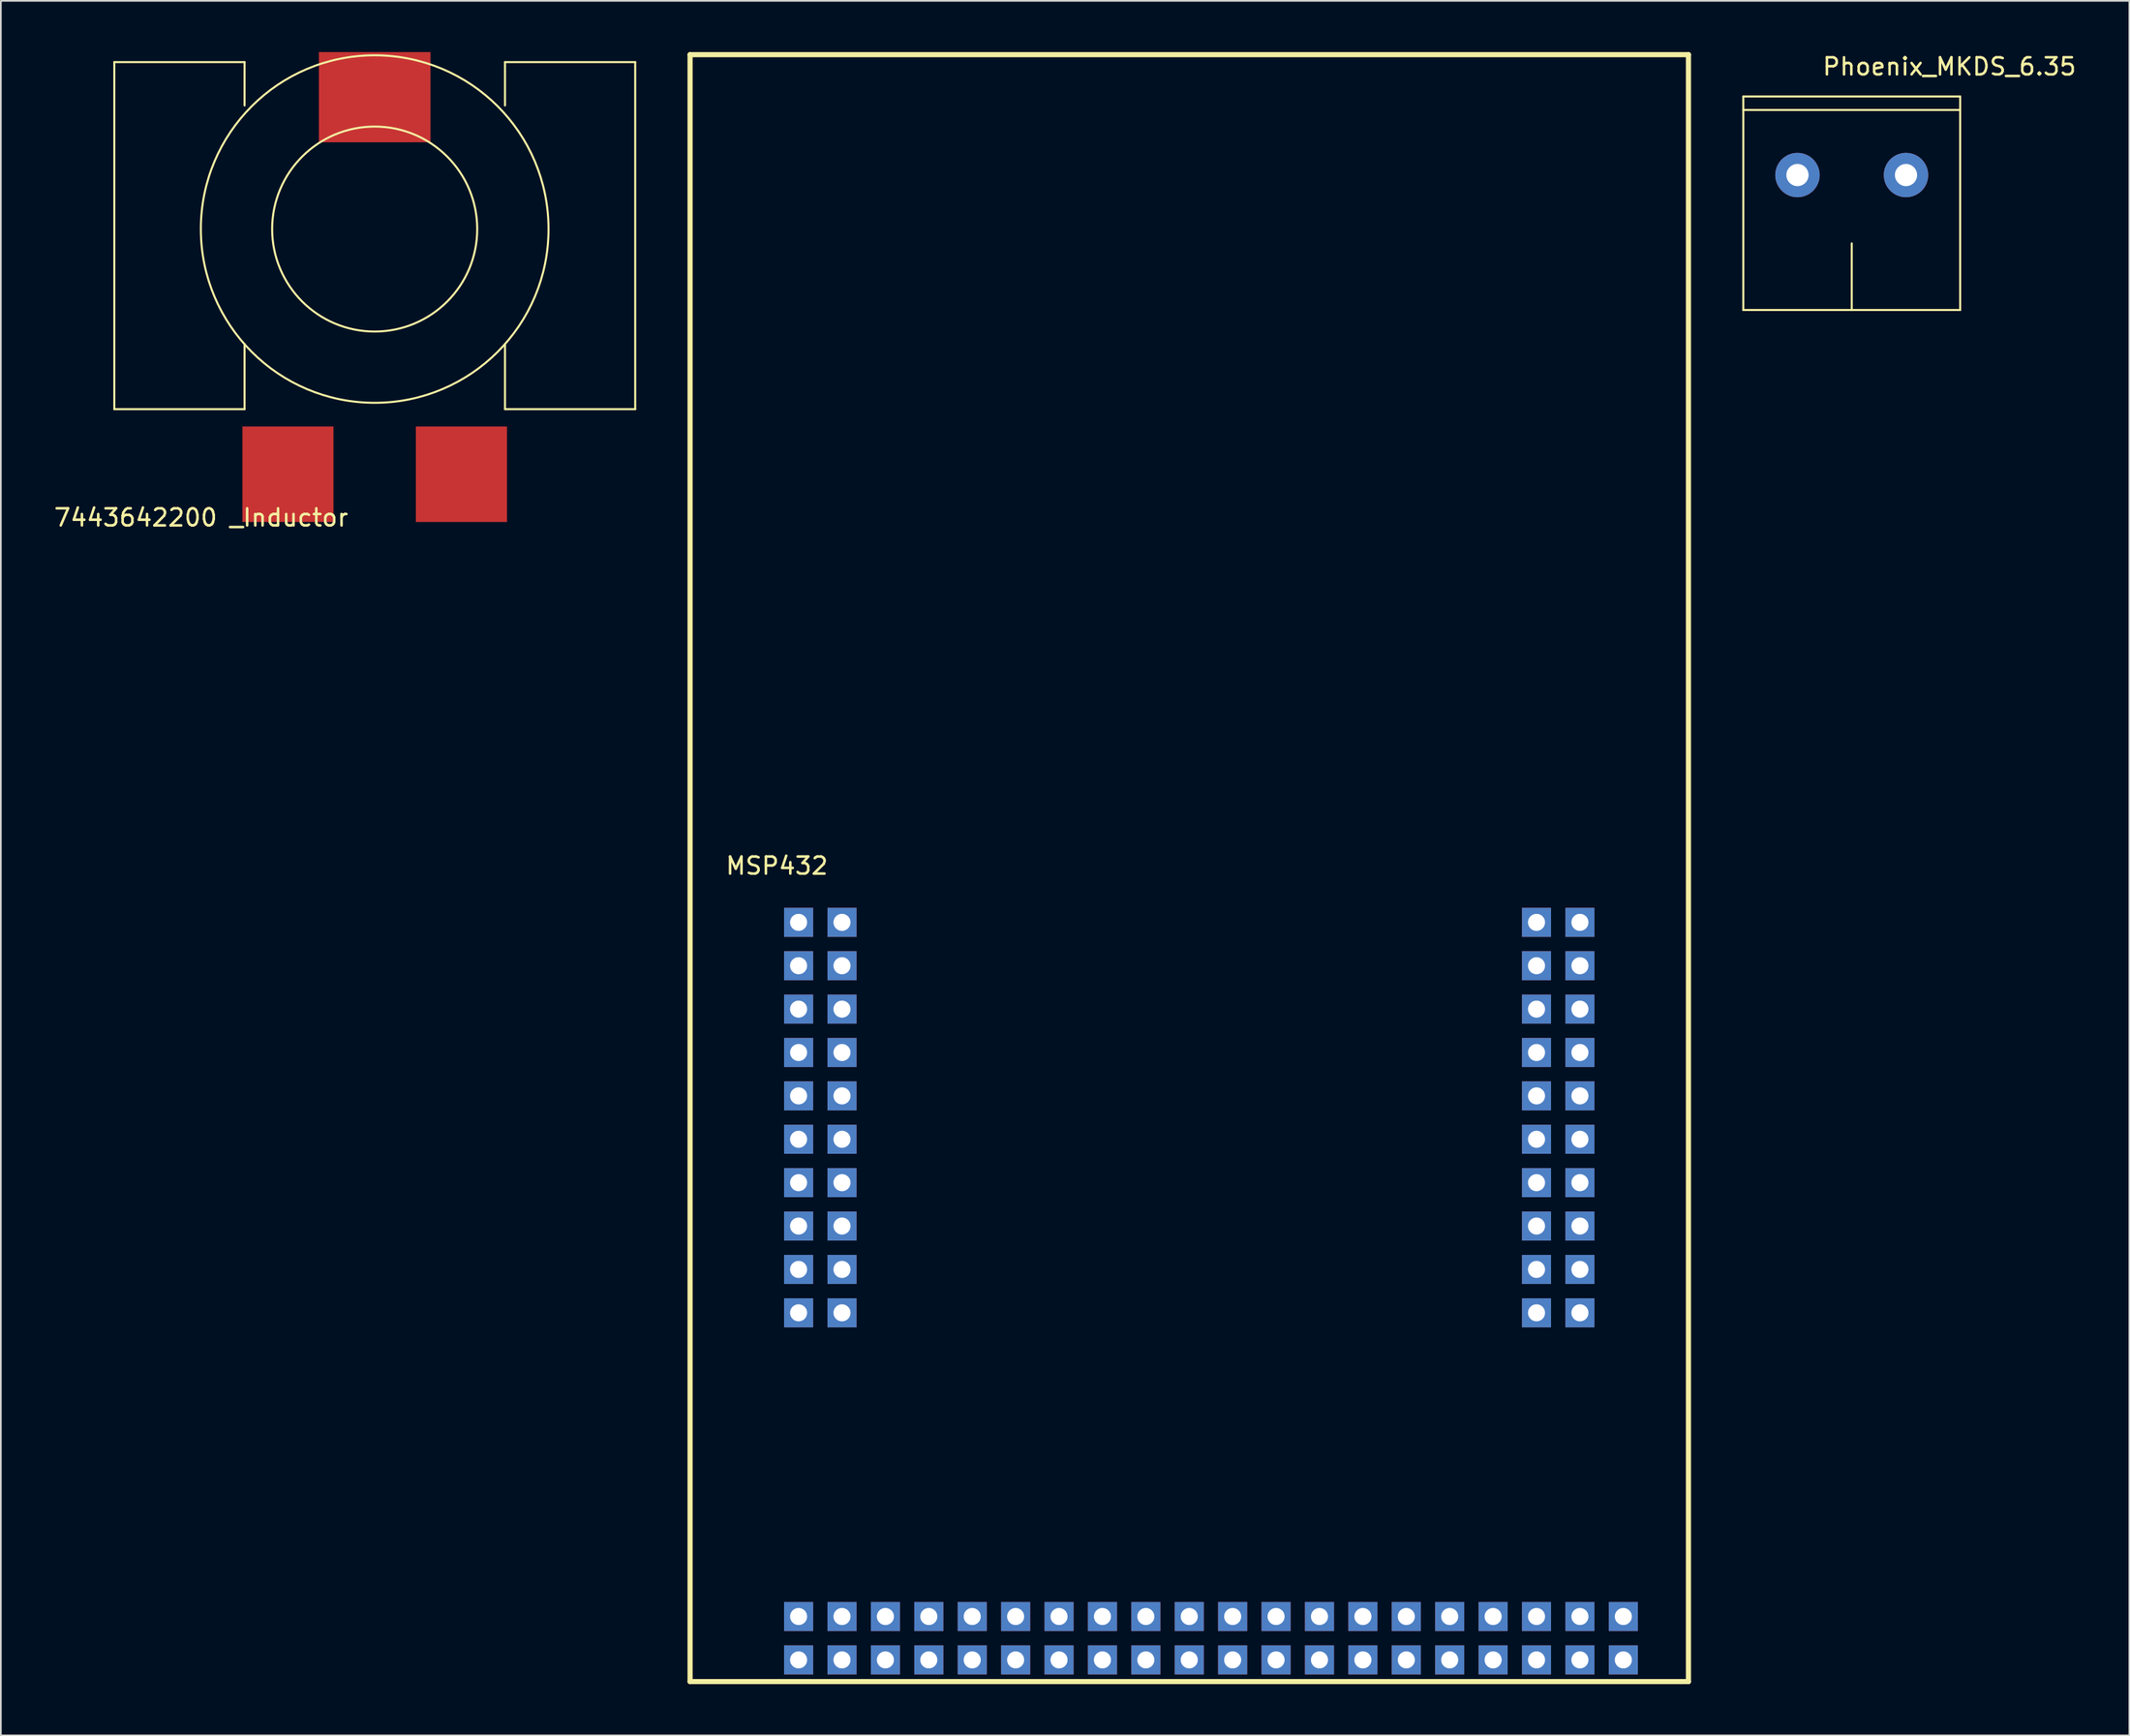
<source format=kicad_pcb>
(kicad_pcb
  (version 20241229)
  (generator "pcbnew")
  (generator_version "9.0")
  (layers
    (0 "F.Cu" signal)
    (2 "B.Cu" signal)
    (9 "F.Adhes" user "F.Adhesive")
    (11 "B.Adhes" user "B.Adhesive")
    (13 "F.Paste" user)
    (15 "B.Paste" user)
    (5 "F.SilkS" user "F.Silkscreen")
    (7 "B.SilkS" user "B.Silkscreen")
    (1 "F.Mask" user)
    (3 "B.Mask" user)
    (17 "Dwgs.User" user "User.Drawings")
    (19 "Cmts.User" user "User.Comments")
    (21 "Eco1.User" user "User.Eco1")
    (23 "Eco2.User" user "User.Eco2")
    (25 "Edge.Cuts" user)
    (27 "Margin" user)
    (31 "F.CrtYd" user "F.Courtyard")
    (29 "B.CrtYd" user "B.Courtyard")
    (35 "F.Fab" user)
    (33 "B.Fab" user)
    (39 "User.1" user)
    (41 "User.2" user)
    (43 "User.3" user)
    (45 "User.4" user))
  (footprint "MSP432"
    (layer "F.Cu")
    (at 43.68 50.95)
    (property "Reference" "MSP432" (at -1.27 -3.31 0) (layer "F.SilkS") (effects (font (size 1 1) (thickness 0.15))))
    (attr through_hole)
    (fp_line (start -6.35 -50.8) (end 52.07 -50.8) (stroke (width 0.3) (type solid)) (layer "F.SilkS"))
    (fp_line (start -6.35 44.45) (end -6.35 -50.8) (stroke (width 0.3) (type solid)) (layer "F.SilkS"))
    (fp_line (start -6.35 44.45) (end 52.07 44.45) (stroke (width 0.3) (type solid)) (layer "F.SilkS"))
    (fp_line (start 52.07 44.45) (end 52.07 -50.8) (stroke (width 0.3) (type solid)) (layer "F.SilkS"))
    (pad "1" thru_hole rect (at 0 0) (size 1.7 1.7) (drill 1) (layers "*.Cu" "*.Mask"))
    (pad "2" thru_hole rect (at 0 2.54) (size 1.7 1.7) (drill 1) (layers "*.Cu" "*.Mask"))
    (pad "3" thru_hole rect (at 0 5.08) (size 1.7 1.7) (drill 1) (layers "*.Cu" "*.Mask"))
    (pad "4" thru_hole rect (at 0 7.62) (size 1.7 1.7) (drill 1) (layers "*.Cu" "*.Mask"))
    (pad "5" thru_hole rect (at 0 10.16) (size 1.7 1.7) (drill 1) (layers "*.Cu" "*.Mask"))
    (pad "6" thru_hole rect (at 0 12.7) (size 1.7 1.7) (drill 1) (layers "*.Cu" "*.Mask"))
    (pad "7" thru_hole rect (at 0 15.24) (size 1.7 1.7) (drill 1) (layers "*.Cu" "*.Mask"))
    (pad "8" thru_hole rect (at 0 17.78) (size 1.7 1.7) (drill 1) (layers "*.Cu" "*.Mask"))
    (pad "9" thru_hole rect (at 0 20.32) (size 1.7 1.7) (drill 1) (layers "*.Cu" "*.Mask"))
    (pad "10" thru_hole rect (at 0 22.86) (size 1.7 1.7) (drill 1) (layers "*.Cu" "*.Mask"))
    (pad "11" thru_hole rect (at 2.54 0) (size 1.7 1.7) (drill 1) (layers "*.Cu" "*.Mask"))
    (pad "12" thru_hole rect (at 2.54 2.54) (size 1.7 1.7) (drill 1) (layers "*.Cu" "*.Mask"))
    (pad "13" thru_hole rect (at 2.54 5.08) (size 1.7 1.7) (drill 1) (layers "*.Cu" "*.Mask"))
    (pad "14" thru_hole rect (at 2.54 7.62) (size 1.7 1.7) (drill 1) (layers "*.Cu" "*.Mask"))
    (pad "15" thru_hole rect (at 2.54 10.16) (size 1.7 1.7) (drill 1) (layers "*.Cu" "*.Mask"))
    (pad "16" thru_hole rect (at 2.54 12.7) (size 1.7 1.7) (drill 1) (layers "*.Cu" "*.Mask"))
    (pad "17" thru_hole rect (at 2.54 15.24) (size 1.7 1.7) (drill 1) (layers "*.Cu" "*.Mask"))
    (pad "18" thru_hole rect (at 2.54 17.78) (size 1.7 1.7) (drill 1) (layers "*.Cu" "*.Mask"))
    (pad "19" thru_hole rect (at 2.54 20.32) (size 1.7 1.7) (drill 1) (layers "*.Cu" "*.Mask"))
    (pad "20" thru_hole rect (at 2.54 22.86) (size 1.7 1.7) (drill 1) (layers "*.Cu" "*.Mask"))
    (pad "21" thru_hole rect (at 43.18 0) (size 1.7 1.7) (drill 1) (layers "*.Cu" "*.Mask"))
    (pad "22" thru_hole rect (at 43.18 2.54) (size 1.7 1.7) (drill 1) (layers "*.Cu" "*.Mask"))
    (pad "23" thru_hole rect (at 43.18 5.08) (size 1.7 1.7) (drill 1) (layers "*.Cu" "*.Mask"))
    (pad "24" thru_hole rect (at 43.18 7.62) (size 1.7 1.7) (drill 1) (layers "*.Cu" "*.Mask"))
    (pad "25" thru_hole rect (at 43.18 10.16) (size 1.7 1.7) (drill 1) (layers "*.Cu" "*.Mask"))
    (pad "26" thru_hole rect (at 43.18 12.7) (size 1.7 1.7) (drill 1) (layers "*.Cu" "*.Mask"))
    (pad "27" thru_hole rect (at 43.18 15.24) (size 1.7 1.7) (drill 1) (layers "*.Cu" "*.Mask"))
    (pad "28" thru_hole rect (at 43.18 17.78) (size 1.7 1.7) (drill 1) (layers "*.Cu" "*.Mask"))
    (pad "29" thru_hole rect (at 43.18 20.32) (size 1.7 1.7) (drill 1) (layers "*.Cu" "*.Mask"))
    (pad "30" thru_hole rect (at 43.18 22.86) (size 1.7 1.7) (drill 1) (layers "*.Cu" "*.Mask"))
    (pad "31" thru_hole rect (at 45.72 0) (size 1.7 1.7) (drill 1) (layers "*.Cu" "*.Mask"))
    (pad "32" thru_hole rect (at 45.72 2.54) (size 1.7 1.7) (drill 1) (layers "*.Cu" "*.Mask"))
    (pad "33" thru_hole rect (at 45.72 5.08) (size 1.7 1.7) (drill 1) (layers "*.Cu" "*.Mask"))
    (pad "34" thru_hole rect (at 45.72 7.62) (size 1.7 1.7) (drill 1) (layers "*.Cu" "*.Mask"))
    (pad "35" thru_hole rect (at 45.72 10.16) (size 1.7 1.7) (drill 1) (layers "*.Cu" "*.Mask"))
    (pad "36" thru_hole rect (at 45.72 12.7) (size 1.7 1.7) (drill 1) (layers "*.Cu" "*.Mask"))
    (pad "37" thru_hole rect (at 45.72 15.24) (size 1.7 1.7) (drill 1) (layers "*.Cu" "*.Mask"))
    (pad "38" thru_hole rect (at 45.72 17.78) (size 1.7 1.7) (drill 1) (layers "*.Cu" "*.Mask"))
    (pad "39" thru_hole rect (at 45.72 20.32) (size 1.7 1.7) (drill 1) (layers "*.Cu" "*.Mask"))
    (pad "40" thru_hole rect (at 45.72 22.86) (size 1.7 1.7) (drill 1) (layers "*.Cu" "*.Mask"))
    (pad "41" thru_hole rect (at 0 43.18) (size 1.7 1.7) (drill 1) (layers "*.Cu" "*.Mask"))
    (pad "42" thru_hole rect (at 2.54 43.18) (size 1.7 1.7) (drill 1) (layers "*.Cu" "*.Mask"))
    (pad "43" thru_hole rect (at 5.08 43.18) (size 1.7 1.7) (drill 1) (layers "*.Cu" "*.Mask"))
    (pad "44" thru_hole rect (at 7.62 43.18) (size 1.7 1.7) (drill 1) (layers "*.Cu" "*.Mask"))
    (pad "45" thru_hole rect (at 10.16 43.18) (size 1.7 1.7) (drill 1) (layers "*.Cu" "*.Mask"))
    (pad "46" thru_hole rect (at 12.7 43.18) (size 1.7 1.7) (drill 1) (layers "*.Cu" "*.Mask"))
    (pad "47" thru_hole rect (at 15.24 43.18) (size 1.7 1.7) (drill 1) (layers "*.Cu" "*.Mask"))
    (pad "48" thru_hole rect (at 17.78 43.18) (size 1.7 1.7) (drill 1) (layers "*.Cu" "*.Mask"))
    (pad "49" thru_hole rect (at 20.32 43.18) (size 1.7 1.7) (drill 1) (layers "*.Cu" "*.Mask"))
    (pad "50" thru_hole rect (at 22.86 43.18) (size 1.7 1.7) (drill 1) (layers "*.Cu" "*.Mask"))
    (pad "51" thru_hole rect (at 25.4 43.18) (size 1.7 1.7) (drill 1) (layers "*.Cu" "*.Mask"))
    (pad "52" thru_hole rect (at 27.94 43.18) (size 1.7 1.7) (drill 1) (layers "*.Cu" "*.Mask"))
    (pad "53" thru_hole rect (at 30.48 43.18) (size 1.7 1.7) (drill 1) (layers "*.Cu" "*.Mask"))
    (pad "54" thru_hole rect (at 33.02 43.18) (size 1.7 1.7) (drill 1) (layers "*.Cu" "*.Mask"))
    (pad "55" thru_hole rect (at 35.56 43.18) (size 1.7 1.7) (drill 1) (layers "*.Cu" "*.Mask"))
    (pad "56" thru_hole rect (at 38.1 43.18) (size 1.7 1.7) (drill 1) (layers "*.Cu" "*.Mask"))
    (pad "57" thru_hole rect (at 40.64 43.18) (size 1.7 1.7) (drill 1) (layers "*.Cu" "*.Mask"))
    (pad "58" thru_hole rect (at 43.18 43.18) (size 1.7 1.7) (drill 1) (layers "*.Cu" "*.Mask"))
    (pad "59" thru_hole rect (at 45.72 43.18) (size 1.7 1.7) (drill 1) (layers "*.Cu" "*.Mask"))
    (pad "60" thru_hole rect (at 48.26 43.18) (size 1.7 1.7) (drill 1) (layers "*.Cu" "*.Mask"))
    (pad "61" thru_hole rect (at 0 40.64) (size 1.7 1.7) (drill 1) (layers "*.Cu" "*.Mask"))
    (pad "62" thru_hole rect (at 2.54 40.64) (size 1.7 1.7) (drill 1) (layers "*.Cu" "*.Mask"))
    (pad "63" thru_hole rect (at 5.08 40.64) (size 1.7 1.7) (drill 1) (layers "*.Cu" "*.Mask"))
    (pad "64" thru_hole rect (at 7.62 40.64) (size 1.7 1.7) (drill 1) (layers "*.Cu" "*.Mask"))
    (pad "65" thru_hole rect (at 10.16 40.64) (size 1.7 1.7) (drill 1) (layers "*.Cu" "*.Mask"))
    (pad "66" thru_hole rect (at 12.7 40.64) (size 1.7 1.7) (drill 1) (layers "*.Cu" "*.Mask"))
    (pad "67" thru_hole rect (at 15.24 40.64) (size 1.7 1.7) (drill 1) (layers "*.Cu" "*.Mask"))
    (pad "68" thru_hole rect (at 17.78 40.64) (size 1.7 1.7) (drill 1) (layers "*.Cu" "*.Mask"))
    (pad "69" thru_hole rect (at 20.32 40.64) (size 1.7 1.7) (drill 1) (layers "*.Cu" "*.Mask"))
    (pad "70" thru_hole rect (at 22.86 40.64) (size 1.7 1.7) (drill 1) (layers "*.Cu" "*.Mask"))
    (pad "71" thru_hole rect (at 25.4 40.64) (size 1.7 1.7) (drill 1) (layers "*.Cu" "*.Mask"))
    (pad "72" thru_hole rect (at 27.94 40.64) (size 1.7 1.7) (drill 1) (layers "*.Cu" "*.Mask"))
    (pad "73" thru_hole rect (at 30.48 40.64) (size 1.7 1.7) (drill 1) (layers "*.Cu" "*.Mask"))
    (pad "74" thru_hole rect (at 33.02 40.64) (size 1.7 1.7) (drill 1) (layers "*.Cu" "*.Mask"))
    (pad "75" thru_hole rect (at 35.56 40.64) (size 1.7 1.7) (drill 1) (layers "*.Cu" "*.Mask"))
    (pad "76" thru_hole rect (at 38.1 40.64) (size 1.7 1.7) (drill 1) (layers "*.Cu" "*.Mask"))
    (pad "77" thru_hole rect (at 40.64 40.64) (size 1.7 1.7) (drill 1) (layers "*.Cu" "*.Mask"))
    (pad "78" thru_hole rect (at 43.18 40.64) (size 1.7 1.7) (drill 1) (layers "*.Cu" "*.Mask"))
    (pad "79" thru_hole rect (at 45.72 40.64) (size 1.7 1.7) (drill 1) (layers "*.Cu" "*.Mask"))
    (pad "80" thru_hole rect (at 48.26 40.64) (size 1.7 1.7) (drill 1) (layers "*.Cu" "*.Mask")))
  (footprint "Phoenix_MKDS_6.35"
    (layer "F.Cu")
    (at 102.13 7.198)
    (property "Reference" "Phoenix_MKDS_6.35" (at 8.89 -6.35 0) (layer "F.SilkS") (effects (font (size 1 1) (thickness 0.15))))
    (attr through_hole)
    (fp_line (start -3.17 -4.6) (end -3.17 7.9) (stroke (width 0.12) (type solid)) (layer "F.SilkS"))
    (fp_line (start -3.17 -4.6) (end 9.52 -4.6) (stroke (width 0.12) (type solid)) (layer "F.SilkS"))
    (fp_line (start -3.17 -3.81) (end 9.52 -3.81) (stroke (width 0.12) (type solid)) (layer "F.SilkS"))
    (fp_line (start -3.17 7.9) (end 9.52 7.9) (stroke (width 0.12) (type solid)) (layer "F.SilkS"))
    (fp_line (start 3.175 7.9) (end 3.175 4) (stroke (width 0.12) (type solid)) (layer "F.SilkS"))
    (fp_line (start 9.52 -4.6) (end 9.52 7.9) (stroke (width 0.12) (type solid)) (layer "F.SilkS"))
    (pad "1" thru_hole circle (at 0 0) (size 2.6 2.6) (drill 1.3) (layers "*.Cu" "*.Mask"))
    (pad "2" thru_hole circle (at 6.35 0) (size 2.6 2.6) (drill 1.3) (layers "*.Cu" "*.Mask")))
  (footprint "7443642200 _Inductor"
    (layer "F.Cu")
    (at 13.8 24.715)
    (property "Reference" "7443642200 _Inductor" (at -5.08 2.54 0) (layer "F.SilkS") (effects (font (size 1 1) (thickness 0.15))))
    (attr through_hole)
    (fp_line (start -10.16 -3.81) (end -10.16 -24.13) (stroke (width 0.12) (type solid)) (layer "F.SilkS"))
    (fp_line (start -10.16 -3.81) (end -2.54 -3.81) (stroke (width 0.12) (type solid)) (layer "F.SilkS"))
    (fp_line (start -2.54 -24.13) (end -10.16 -24.13) (stroke (width 0.12) (type solid)) (layer "F.SilkS"))
    (fp_line (start -2.54 -24.13) (end -2.54 -21.59) (stroke (width 0.12) (type solid)) (layer "F.SilkS"))
    (fp_line (start -2.54 -7.62) (end -2.54 -3.81) (stroke (width 0.12) (type solid)) (layer "F.SilkS"))
    (fp_line (start 12.7 -24.13) (end 12.7 -21.59) (stroke (width 0.12) (type solid)) (layer "F.SilkS"))
    (fp_line (start 12.7 -7.62) (end 12.7 -3.81) (stroke (width 0.12) (type solid)) (layer "F.SilkS"))
    (fp_line (start 12.7 -3.81) (end 20.32 -3.81) (stroke (width 0.12) (type solid)) (layer "F.SilkS"))
    (fp_line (start 20.32 -24.13) (end 12.7 -24.13) (stroke (width 0.12) (type solid)) (layer "F.SilkS"))
    (fp_line (start 20.32 -3.81) (end 20.32 -24.13) (stroke (width 0.12) (type solid)) (layer "F.SilkS"))
    (fp_circle (center 5.075 -14.355) (end 11.075 -14.355) (stroke (width 0.12) (type solid)) (fill no) (layer "F.SilkS"))
    (fp_circle (center 5.075 -14.355) (end 15.24 -13.97) (stroke (width 0.12) (type solid)) (fill no) (layer "F.SilkS"))
    (pad "" smd rect (at 5.075 -22.075) (size 6.53 5.28) (layers "F.Cu" "F.Mask" "F.Paste"))
    (pad "1" smd rect (at 0 0) (size 5.33 5.59) (layers "F.Cu" "F.Mask" "F.Paste"))
    (pad "2" smd rect (at 10.15 0) (size 5.33 5.59) (layers "F.Cu" "F.Mask" "F.Paste")))
  (gr_rect
    (start -3 -3)
    (end 121.55 98.55)
    (stroke (width 0.1) (type default))
    (fill no)
    (layer "Edge.Cuts")))
</source>
